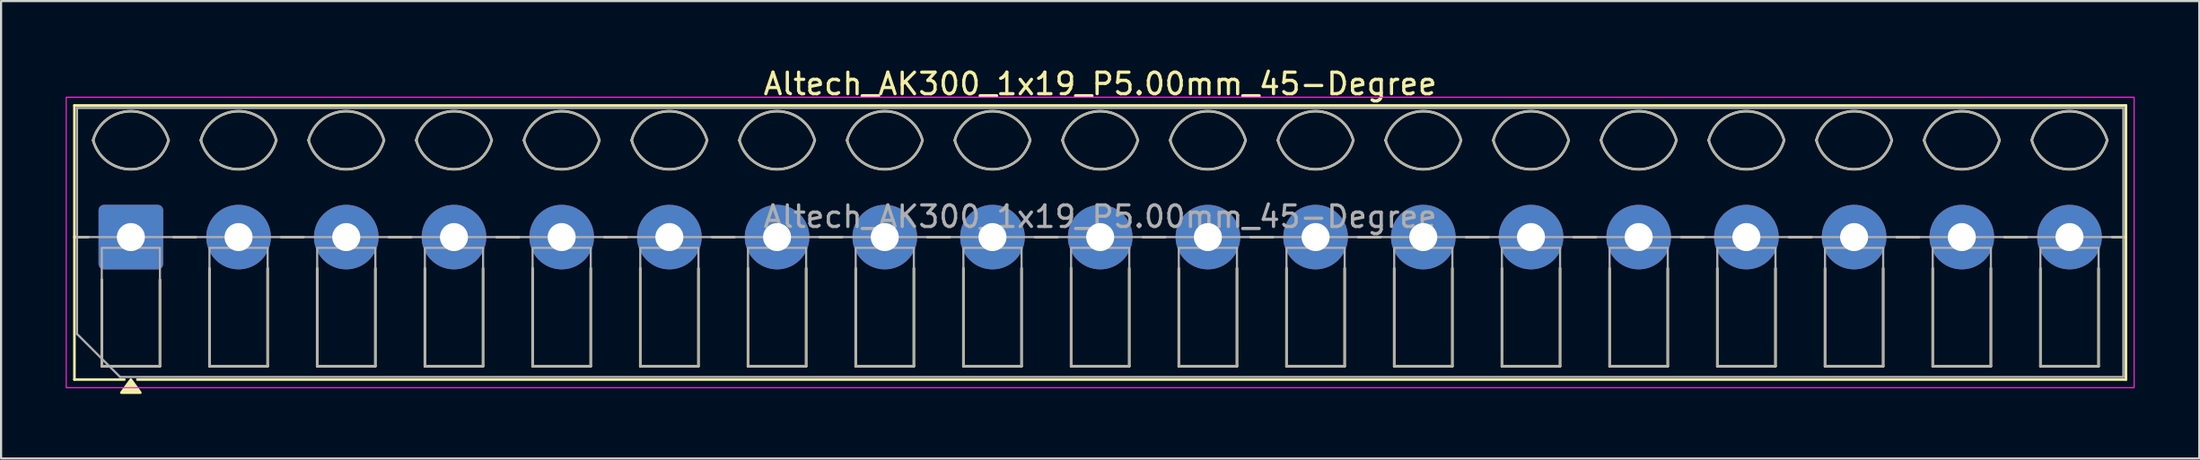
<source format=kicad_pcb>
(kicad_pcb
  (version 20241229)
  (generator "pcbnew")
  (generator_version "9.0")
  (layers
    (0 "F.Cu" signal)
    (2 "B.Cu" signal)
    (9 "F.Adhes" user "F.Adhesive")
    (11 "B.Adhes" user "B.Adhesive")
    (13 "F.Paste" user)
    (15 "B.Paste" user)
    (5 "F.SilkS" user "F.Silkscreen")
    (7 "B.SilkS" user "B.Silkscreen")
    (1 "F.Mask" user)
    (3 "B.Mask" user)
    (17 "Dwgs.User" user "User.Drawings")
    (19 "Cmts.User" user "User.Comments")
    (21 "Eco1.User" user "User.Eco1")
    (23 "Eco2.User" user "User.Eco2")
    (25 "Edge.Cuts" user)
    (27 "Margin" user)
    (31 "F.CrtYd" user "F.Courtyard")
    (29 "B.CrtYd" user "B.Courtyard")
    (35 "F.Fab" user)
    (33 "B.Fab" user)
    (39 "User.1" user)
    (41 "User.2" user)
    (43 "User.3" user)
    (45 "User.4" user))
  (footprint "Altech_AK300_1x19_P5.00mm_45-Degree"
    (layer "F.Cu")
    (at 3.025 7.968)
    (property "Reference" "Altech_AK300_1x19_P5.00mm_45-Degree" (at 45 -7.12 0) (layer "F.SilkS") (effects (font (size 1 1) (thickness 0.15))))
    (attr through_hole)
    (fp_line (start -2.62 -6.12) (end 92.62 -6.12) (stroke (width 0.12) (type solid)) (layer "F.SilkS"))
    (fp_line (start -2.62 0) (end -1.98 0) (stroke (width 0.12) (type solid)) (layer "F.SilkS"))
    (fp_line (start -2.62 6.62) (end -2.62 -6.12) (stroke (width 0.12) (type solid)) (layer "F.SilkS"))
    (fp_line (start -1.35 6) (end -1.35 1.98) (stroke (width 0.12) (type solid)) (layer "F.SilkS"))
    (fp_line (start -0.3 6.62) (end -2.62 6.62) (stroke (width 0.12) (type solid)) (layer "F.SilkS"))
    (fp_line (start 1.35 1.98) (end 1.35 6) (stroke (width 0.12) (type solid)) (layer "F.SilkS"))
    (fp_line (start 1.35 6) (end -1.35 6) (stroke (width 0.12) (type solid)) (layer "F.SilkS"))
    (fp_line (start 1.98 0) (end 3.02 0) (stroke (width 0.12) (type solid)) (layer "F.SilkS"))
    (fp_line (start 3.65 6) (end 3.65 1.448) (stroke (width 0.12) (type solid)) (layer "F.SilkS"))
    (fp_line (start 6.35 1.448) (end 6.35 6) (stroke (width 0.12) (type solid)) (layer "F.SilkS"))
    (fp_line (start 6.35 6) (end 3.65 6) (stroke (width 0.12) (type solid)) (layer "F.SilkS"))
    (fp_line (start 6.98 0) (end 8.02 0) (stroke (width 0.12) (type solid)) (layer "F.SilkS"))
    (fp_line (start 8.65 6) (end 8.65 1.448) (stroke (width 0.12) (type solid)) (layer "F.SilkS"))
    (fp_line (start 11.35 1.448) (end 11.35 6) (stroke (width 0.12) (type solid)) (layer "F.SilkS"))
    (fp_line (start 11.35 6) (end 8.65 6) (stroke (width 0.12) (type solid)) (layer "F.SilkS"))
    (fp_line (start 11.98 0) (end 13.02 0) (stroke (width 0.12) (type solid)) (layer "F.SilkS"))
    (fp_line (start 13.65 6) (end 13.65 1.448) (stroke (width 0.12) (type solid)) (layer "F.SilkS"))
    (fp_line (start 16.35 1.448) (end 16.35 6) (stroke (width 0.12) (type solid)) (layer "F.SilkS"))
    (fp_line (start 16.35 6) (end 13.65 6) (stroke (width 0.12) (type solid)) (layer "F.SilkS"))
    (fp_line (start 16.98 0) (end 18.02 0) (stroke (width 0.12) (type solid)) (layer "F.SilkS"))
    (fp_line (start 18.65 6) (end 18.65 1.448) (stroke (width 0.12) (type solid)) (layer "F.SilkS"))
    (fp_line (start 21.35 1.448) (end 21.35 6) (stroke (width 0.12) (type solid)) (layer "F.SilkS"))
    (fp_line (start 21.35 6) (end 18.65 6) (stroke (width 0.12) (type solid)) (layer "F.SilkS"))
    (fp_line (start 21.98 0) (end 23.02 0) (stroke (width 0.12) (type solid)) (layer "F.SilkS"))
    (fp_line (start 23.65 6) (end 23.65 1.448) (stroke (width 0.12) (type solid)) (layer "F.SilkS"))
    (fp_line (start 26.35 1.448) (end 26.35 6) (stroke (width 0.12) (type solid)) (layer "F.SilkS"))
    (fp_line (start 26.35 6) (end 23.65 6) (stroke (width 0.12) (type solid)) (layer "F.SilkS"))
    (fp_line (start 26.98 0) (end 28.02 0) (stroke (width 0.12) (type solid)) (layer "F.SilkS"))
    (fp_line (start 28.65 6) (end 28.65 1.448) (stroke (width 0.12) (type solid)) (layer "F.SilkS"))
    (fp_line (start 31.35 1.448) (end 31.35 6) (stroke (width 0.12) (type solid)) (layer "F.SilkS"))
    (fp_line (start 31.35 6) (end 28.65 6) (stroke (width 0.12) (type solid)) (layer "F.SilkS"))
    (fp_line (start 31.98 0) (end 33.02 0) (stroke (width 0.12) (type solid)) (layer "F.SilkS"))
    (fp_line (start 33.65 6) (end 33.65 1.448) (stroke (width 0.12) (type solid)) (layer "F.SilkS"))
    (fp_line (start 36.35 1.448) (end 36.35 6) (stroke (width 0.12) (type solid)) (layer "F.SilkS"))
    (fp_line (start 36.35 6) (end 33.65 6) (stroke (width 0.12) (type solid)) (layer "F.SilkS"))
    (fp_line (start 36.98 0) (end 38.02 0) (stroke (width 0.12) (type solid)) (layer "F.SilkS"))
    (fp_line (start 38.65 6) (end 38.65 1.448) (stroke (width 0.12) (type solid)) (layer "F.SilkS"))
    (fp_line (start 41.35 1.448) (end 41.35 6) (stroke (width 0.12) (type solid)) (layer "F.SilkS"))
    (fp_line (start 41.35 6) (end 38.65 6) (stroke (width 0.12) (type solid)) (layer "F.SilkS"))
    (fp_line (start 41.98 0) (end 43.02 0) (stroke (width 0.12) (type solid)) (layer "F.SilkS"))
    (fp_line (start 43.65 6) (end 43.65 1.448) (stroke (width 0.12) (type solid)) (layer "F.SilkS"))
    (fp_line (start 46.35 1.448) (end 46.35 6) (stroke (width 0.12) (type solid)) (layer "F.SilkS"))
    (fp_line (start 46.35 6) (end 43.65 6) (stroke (width 0.12) (type solid)) (layer "F.SilkS"))
    (fp_line (start 46.98 0) (end 48.02 0) (stroke (width 0.12) (type solid)) (layer "F.SilkS"))
    (fp_line (start 48.65 6) (end 48.65 1.448) (stroke (width 0.12) (type solid)) (layer "F.SilkS"))
    (fp_line (start 51.35 1.448) (end 51.35 6) (stroke (width 0.12) (type solid)) (layer "F.SilkS"))
    (fp_line (start 51.35 6) (end 48.65 6) (stroke (width 0.12) (type solid)) (layer "F.SilkS"))
    (fp_line (start 51.98 0) (end 53.02 0) (stroke (width 0.12) (type solid)) (layer "F.SilkS"))
    (fp_line (start 53.65 6) (end 53.65 1.448) (stroke (width 0.12) (type solid)) (layer "F.SilkS"))
    (fp_line (start 56.35 1.448) (end 56.35 6) (stroke (width 0.12) (type solid)) (layer "F.SilkS"))
    (fp_line (start 56.35 6) (end 53.65 6) (stroke (width 0.12) (type solid)) (layer "F.SilkS"))
    (fp_line (start 56.98 0) (end 58.02 0) (stroke (width 0.12) (type solid)) (layer "F.SilkS"))
    (fp_line (start 58.65 6) (end 58.65 1.448) (stroke (width 0.12) (type solid)) (layer "F.SilkS"))
    (fp_line (start 61.35 1.448) (end 61.35 6) (stroke (width 0.12) (type solid)) (layer "F.SilkS"))
    (fp_line (start 61.35 6) (end 58.65 6) (stroke (width 0.12) (type solid)) (layer "F.SilkS"))
    (fp_line (start 61.98 0) (end 63.02 0) (stroke (width 0.12) (type solid)) (layer "F.SilkS"))
    (fp_line (start 63.65 6) (end 63.65 1.448) (stroke (width 0.12) (type solid)) (layer "F.SilkS"))
    (fp_line (start 66.35 1.448) (end 66.35 6) (stroke (width 0.12) (type solid)) (layer "F.SilkS"))
    (fp_line (start 66.35 6) (end 63.65 6) (stroke (width 0.12) (type solid)) (layer "F.SilkS"))
    (fp_line (start 66.98 0) (end 68.02 0) (stroke (width 0.12) (type solid)) (layer "F.SilkS"))
    (fp_line (start 68.65 6) (end 68.65 1.448) (stroke (width 0.12) (type solid)) (layer "F.SilkS"))
    (fp_line (start 71.35 1.448) (end 71.35 6) (stroke (width 0.12) (type solid)) (layer "F.SilkS"))
    (fp_line (start 71.35 6) (end 68.65 6) (stroke (width 0.12) (type solid)) (layer "F.SilkS"))
    (fp_line (start 71.98 0) (end 73.02 0) (stroke (width 0.12) (type solid)) (layer "F.SilkS"))
    (fp_line (start 73.65 6) (end 73.65 1.448) (stroke (width 0.12) (type solid)) (layer "F.SilkS"))
    (fp_line (start 76.35 1.448) (end 76.35 6) (stroke (width 0.12) (type solid)) (layer "F.SilkS"))
    (fp_line (start 76.35 6) (end 73.65 6) (stroke (width 0.12) (type solid)) (layer "F.SilkS"))
    (fp_line (start 76.98 0) (end 78.02 0) (stroke (width 0.12) (type solid)) (layer "F.SilkS"))
    (fp_line (start 78.65 6) (end 78.65 1.448) (stroke (width 0.12) (type solid)) (layer "F.SilkS"))
    (fp_line (start 81.35 1.448) (end 81.35 6) (stroke (width 0.12) (type solid)) (layer "F.SilkS"))
    (fp_line (start 81.35 6) (end 78.65 6) (stroke (width 0.12) (type solid)) (layer "F.SilkS"))
    (fp_line (start 81.98 0) (end 83.02 0) (stroke (width 0.12) (type solid)) (layer "F.SilkS"))
    (fp_line (start 83.65 6) (end 83.65 1.448) (stroke (width 0.12) (type solid)) (layer "F.SilkS"))
    (fp_line (start 86.35 1.448) (end 86.35 6) (stroke (width 0.12) (type solid)) (layer "F.SilkS"))
    (fp_line (start 86.35 6) (end 83.65 6) (stroke (width 0.12) (type solid)) (layer "F.SilkS"))
    (fp_line (start 86.98 0) (end 88.02 0) (stroke (width 0.12) (type solid)) (layer "F.SilkS"))
    (fp_line (start 88.65 6) (end 88.65 1.448) (stroke (width 0.12) (type solid)) (layer "F.SilkS"))
    (fp_line (start 91.35 1.448) (end 91.35 6) (stroke (width 0.12) (type solid)) (layer "F.SilkS"))
    (fp_line (start 91.35 6) (end 88.65 6) (stroke (width 0.12) (type solid)) (layer "F.SilkS"))
    (fp_line (start 91.98 0) (end 92.62 0) (stroke (width 0.12) (type solid)) (layer "F.SilkS"))
    (fp_line (start 92.62 -6.12) (end 92.62 6.62) (stroke (width 0.12) (type solid)) (layer "F.SilkS"))
    (fp_line (start 92.62 6.62) (end 0.3 6.62) (stroke (width 0.12) (type solid)) (layer "F.SilkS"))
    (fp_arc (start -1.75 -4.5) (mid 0 -5.85) (end 1.75 -4.5) (stroke (width 0.12) (type solid)) (layer "F.SilkS"))
    (fp_arc (start 1.75 -4.5) (mid 0 -3.15) (end -1.75 -4.5) (stroke (width 0.12) (type solid)) (layer "F.SilkS"))
    (fp_arc (start 3.25 -4.5) (mid 5 -5.85) (end 6.75 -4.5) (stroke (width 0.12) (type solid)) (layer "F.SilkS"))
    (fp_arc (start 6.75 -4.5) (mid 5 -3.15) (end 3.25 -4.5) (stroke (width 0.12) (type solid)) (layer "F.SilkS"))
    (fp_arc (start 8.25 -4.5) (mid 10 -5.85) (end 11.75 -4.5) (stroke (width 0.12) (type solid)) (layer "F.SilkS"))
    (fp_arc (start 11.75 -4.5) (mid 10 -3.15) (end 8.25 -4.5) (stroke (width 0.12) (type solid)) (layer "F.SilkS"))
    (fp_arc (start 13.25 -4.5) (mid 15 -5.85) (end 16.75 -4.5) (stroke (width 0.12) (type solid)) (layer "F.SilkS"))
    (fp_arc (start 16.75 -4.5) (mid 15 -3.15) (end 13.25 -4.5) (stroke (width 0.12) (type solid)) (layer "F.SilkS"))
    (fp_arc (start 18.25 -4.5) (mid 20 -5.85) (end 21.75 -4.5) (stroke (width 0.12) (type solid)) (layer "F.SilkS"))
    (fp_arc (start 21.75 -4.5) (mid 20 -3.15) (end 18.25 -4.5) (stroke (width 0.12) (type solid)) (layer "F.SilkS"))
    (fp_arc (start 23.25 -4.5) (mid 25 -5.85) (end 26.75 -4.5) (stroke (width 0.12) (type solid)) (layer "F.SilkS"))
    (fp_arc (start 26.75 -4.5) (mid 25 -3.15) (end 23.25 -4.5) (stroke (width 0.12) (type solid)) (layer "F.SilkS"))
    (fp_arc (start 28.25 -4.5) (mid 30 -5.85) (end 31.75 -4.5) (stroke (width 0.12) (type solid)) (layer "F.SilkS"))
    (fp_arc (start 31.75 -4.5) (mid 30 -3.15) (end 28.25 -4.5) (stroke (width 0.12) (type solid)) (layer "F.SilkS"))
    (fp_arc (start 33.25 -4.5) (mid 35 -5.85) (end 36.75 -4.5) (stroke (width 0.12) (type solid)) (layer "F.SilkS"))
    (fp_arc (start 36.75 -4.5) (mid 35 -3.15) (end 33.25 -4.5) (stroke (width 0.12) (type solid)) (layer "F.SilkS"))
    (fp_arc (start 38.25 -4.5) (mid 40 -5.85) (end 41.75 -4.5) (stroke (width 0.12) (type solid)) (layer "F.SilkS"))
    (fp_arc (start 41.75 -4.5) (mid 40 -3.15) (end 38.25 -4.5) (stroke (width 0.12) (type solid)) (layer "F.SilkS"))
    (fp_arc (start 43.25 -4.5) (mid 45 -5.85) (end 46.75 -4.5) (stroke (width 0.12) (type solid)) (layer "F.SilkS"))
    (fp_arc (start 46.75 -4.5) (mid 45 -3.15) (end 43.25 -4.5) (stroke (width 0.12) (type solid)) (layer "F.SilkS"))
    (fp_arc (start 48.25 -4.5) (mid 50 -5.85) (end 51.75 -4.5) (stroke (width 0.12) (type solid)) (layer "F.SilkS"))
    (fp_arc (start 51.75 -4.5) (mid 50 -3.15) (end 48.25 -4.5) (stroke (width 0.12) (type solid)) (layer "F.SilkS"))
    (fp_arc (start 53.25 -4.5) (mid 55 -5.85) (end 56.75 -4.5) (stroke (width 0.12) (type solid)) (layer "F.SilkS"))
    (fp_arc (start 56.75 -4.5) (mid 55 -3.15) (end 53.25 -4.5) (stroke (width 0.12) (type solid)) (layer "F.SilkS"))
    (fp_arc (start 58.25 -4.5) (mid 60 -5.85) (end 61.75 -4.5) (stroke (width 0.12) (type solid)) (layer "F.SilkS"))
    (fp_arc (start 61.75 -4.5) (mid 60 -3.15) (end 58.25 -4.5) (stroke (width 0.12) (type solid)) (layer "F.SilkS"))
    (fp_arc (start 63.25 -4.5) (mid 65 -5.85) (end 66.75 -4.5) (stroke (width 0.12) (type solid)) (layer "F.SilkS"))
    (fp_arc (start 66.75 -4.5) (mid 65 -3.15) (end 63.25 -4.5) (stroke (width 0.12) (type solid)) (layer "F.SilkS"))
    (fp_arc (start 68.25 -4.5) (mid 70 -5.85) (end 71.75 -4.5) (stroke (width 0.12) (type solid)) (layer "F.SilkS"))
    (fp_arc (start 71.75 -4.5) (mid 70 -3.15) (end 68.25 -4.5) (stroke (width 0.12) (type solid)) (layer "F.SilkS"))
    (fp_arc (start 73.25 -4.5) (mid 75 -5.85) (end 76.75 -4.5) (stroke (width 0.12) (type solid)) (layer "F.SilkS"))
    (fp_arc (start 76.75 -4.5) (mid 75 -3.15) (end 73.25 -4.5) (stroke (width 0.12) (type solid)) (layer "F.SilkS"))
    (fp_arc (start 78.25 -4.5) (mid 80 -5.85) (end 81.75 -4.5) (stroke (width 0.12) (type solid)) (layer "F.SilkS"))
    (fp_arc (start 81.75 -4.5) (mid 80 -3.15) (end 78.25 -4.5) (stroke (width 0.12) (type solid)) (layer "F.SilkS"))
    (fp_arc (start 83.25 -4.5) (mid 85 -5.85) (end 86.75 -4.5) (stroke (width 0.12) (type solid)) (layer "F.SilkS"))
    (fp_arc (start 86.75 -4.5) (mid 85 -3.15) (end 83.25 -4.5) (stroke (width 0.12) (type solid)) (layer "F.SilkS"))
    (fp_arc (start 88.25 -4.5) (mid 90 -5.85) (end 91.75 -4.5) (stroke (width 0.12) (type solid)) (layer "F.SilkS"))
    (fp_arc (start 91.75 -4.5) (mid 90 -3.15) (end 88.25 -4.5) (stroke (width 0.12) (type solid)) (layer "F.SilkS"))
    (fp_poly (pts (xy 0 6.62) (xy 0.44 7.23) (xy -0.44 7.23)) (stroke (width 0.12) (type solid)) (fill yes) (layer "F.SilkS"))
    (fp_rect (start -3 -6.5) (end 93 7) (stroke (width 0.05) (type solid)) (fill no) (layer "F.CrtYd"))
    (fp_line (start -2.5 -6) (end 92.5 -6) (stroke (width 0.1) (type solid)) (layer "F.Fab"))
    (fp_line (start -2.5 0) (end 92.5 0) (stroke (width 0.1) (type solid)) (layer "F.Fab"))
    (fp_line (start -2.5 4.5) (end -2.5 -6) (stroke (width 0.1) (type solid)) (layer "F.Fab"))
    (fp_line (start -0.5 6.5) (end -2.5 4.5) (stroke (width 0.1) (type solid)) (layer "F.Fab"))
    (fp_line (start 92.5 -6) (end 92.5 6.5) (stroke (width 0.1) (type solid)) (layer "F.Fab"))
    (fp_line (start 92.5 6.5) (end -0.5 6.5) (stroke (width 0.1) (type solid)) (layer "F.Fab"))
    (fp_rect (start -1.35 0.5) (end 1.35 6) (stroke (width 0.1) (type solid)) (fill no) (layer "F.Fab"))
    (fp_rect (start 3.65 0.5) (end 6.35 6) (stroke (width 0.1) (type solid)) (fill no) (layer "F.Fab"))
    (fp_rect (start 8.65 0.5) (end 11.351 6) (stroke (width 0.1) (type solid)) (fill no) (layer "F.Fab"))
    (fp_rect (start 13.65 0.5) (end 16.351 6) (stroke (width 0.1) (type solid)) (fill no) (layer "F.Fab"))
    (fp_rect (start 18.65 0.5) (end 21.35 6) (stroke (width 0.1) (type solid)) (fill no) (layer "F.Fab"))
    (fp_rect (start 23.65 0.5) (end 26.35 6) (stroke (width 0.1) (type solid)) (fill no) (layer "F.Fab"))
    (fp_rect (start 28.65 0.5) (end 31.35 6) (stroke (width 0.1) (type solid)) (fill no) (layer "F.Fab"))
    (fp_rect (start 33.65 0.5) (end 36.35 6) (stroke (width 0.1) (type solid)) (fill no) (layer "F.Fab"))
    (fp_rect (start 38.65 0.5) (end 41.35 6) (stroke (width 0.1) (type solid)) (fill no) (layer "F.Fab"))
    (fp_rect (start 43.65 0.5) (end 46.35 6) (stroke (width 0.1) (type solid)) (fill no) (layer "F.Fab"))
    (fp_rect (start 48.65 0.5) (end 51.35 6) (stroke (width 0.1) (type solid)) (fill no) (layer "F.Fab"))
    (fp_rect (start 53.65 0.5) (end 56.35 6) (stroke (width 0.1) (type solid)) (fill no) (layer "F.Fab"))
    (fp_rect (start 58.65 0.5) (end 61.35 6) (stroke (width 0.1) (type solid)) (fill no) (layer "F.Fab"))
    (fp_rect (start 63.65 0.5) (end 66.35 6) (stroke (width 0.1) (type solid)) (fill no) (layer "F.Fab"))
    (fp_rect (start 68.65 0.5) (end 71.35 6) (stroke (width 0.1) (type solid)) (fill no) (layer "F.Fab"))
    (fp_rect (start 73.65 0.5) (end 76.35 6) (stroke (width 0.1) (type solid)) (fill no) (layer "F.Fab"))
    (fp_rect (start 78.65 0.5) (end 81.35 6) (stroke (width 0.1) (type solid)) (fill no) (layer "F.Fab"))
    (fp_rect (start 83.65 0.5) (end 86.35 6) (stroke (width 0.1) (type solid)) (fill no) (layer "F.Fab"))
    (fp_rect (start 88.65 0.5) (end 91.35 6) (stroke (width 0.1) (type solid)) (fill no) (layer "F.Fab"))
    (fp_arc (start -1.75 -4.5) (mid 0 -5.85) (end 1.75 -4.5) (stroke (width 0.1) (type solid)) (layer "F.Fab"))
    (fp_arc (start 1.75 -4.5) (mid 0 -3.15) (end -1.75 -4.5) (stroke (width 0.1) (type solid)) (layer "F.Fab"))
    (fp_arc (start 3.25 -4.5) (mid 5 -5.85) (end 6.75 -4.5) (stroke (width 0.1) (type solid)) (layer "F.Fab"))
    (fp_arc (start 6.75 -4.5) (mid 5 -3.15) (end 3.25 -4.5) (stroke (width 0.1) (type solid)) (layer "F.Fab"))
    (fp_arc (start 8.25 -4.5) (mid 10 -5.85) (end 11.75 -4.5) (stroke (width 0.1) (type solid)) (layer "F.Fab"))
    (fp_arc (start 11.75 -4.5) (mid 10 -3.15) (end 8.25 -4.5) (stroke (width 0.1) (type solid)) (layer "F.Fab"))
    (fp_arc (start 13.25 -4.5) (mid 15 -5.85) (end 16.75 -4.5) (stroke (width 0.1) (type solid)) (layer "F.Fab"))
    (fp_arc (start 16.75 -4.5) (mid 15 -3.15) (end 13.25 -4.5) (stroke (width 0.1) (type solid)) (layer "F.Fab"))
    (fp_arc (start 18.25 -4.5) (mid 20 -5.85) (end 21.75 -4.5) (stroke (width 0.1) (type solid)) (layer "F.Fab"))
    (fp_arc (start 21.75 -4.5) (mid 20 -3.15) (end 18.25 -4.5) (stroke (width 0.1) (type solid)) (layer "F.Fab"))
    (fp_arc (start 23.25 -4.5) (mid 25 -5.85) (end 26.75 -4.5) (stroke (width 0.1) (type solid)) (layer "F.Fab"))
    (fp_arc (start 26.75 -4.5) (mid 25 -3.15) (end 23.25 -4.5) (stroke (width 0.1) (type solid)) (layer "F.Fab"))
    (fp_arc (start 28.25 -4.5) (mid 30 -5.85) (end 31.75 -4.5) (stroke (width 0.1) (type solid)) (layer "F.Fab"))
    (fp_arc (start 31.75 -4.5) (mid 30 -3.15) (end 28.25 -4.5) (stroke (width 0.1) (type solid)) (layer "F.Fab"))
    (fp_arc (start 33.25 -4.5) (mid 35 -5.85) (end 36.75 -4.5) (stroke (width 0.1) (type solid)) (layer "F.Fab"))
    (fp_arc (start 36.75 -4.5) (mid 35 -3.15) (end 33.25 -4.5) (stroke (width 0.1) (type solid)) (layer "F.Fab"))
    (fp_arc (start 38.25 -4.5) (mid 40 -5.85) (end 41.75 -4.5) (stroke (width 0.1) (type solid)) (layer "F.Fab"))
    (fp_arc (start 41.75 -4.5) (mid 40 -3.15) (end 38.25 -4.5) (stroke (width 0.1) (type solid)) (layer "F.Fab"))
    (fp_arc (start 43.25 -4.5) (mid 45 -5.85) (end 46.75 -4.5) (stroke (width 0.1) (type solid)) (layer "F.Fab"))
    (fp_arc (start 46.75 -4.5) (mid 45 -3.15) (end 43.25 -4.5) (stroke (width 0.1) (type solid)) (layer "F.Fab"))
    (fp_arc (start 48.25 -4.5) (mid 50 -5.85) (end 51.75 -4.5) (stroke (width 0.1) (type solid)) (layer "F.Fab"))
    (fp_arc (start 51.75 -4.5) (mid 50 -3.15) (end 48.25 -4.5) (stroke (width 0.1) (type solid)) (layer "F.Fab"))
    (fp_arc (start 53.25 -4.5) (mid 55 -5.85) (end 56.75 -4.5) (stroke (width 0.1) (type solid)) (layer "F.Fab"))
    (fp_arc (start 56.75 -4.5) (mid 55 -3.15) (end 53.25 -4.5) (stroke (width 0.1) (type solid)) (layer "F.Fab"))
    (fp_arc (start 58.25 -4.5) (mid 60 -5.85) (end 61.75 -4.5) (stroke (width 0.1) (type solid)) (layer "F.Fab"))
    (fp_arc (start 61.75 -4.5) (mid 60 -3.15) (end 58.25 -4.5) (stroke (width 0.1) (type solid)) (layer "F.Fab"))
    (fp_arc (start 63.25 -4.5) (mid 65 -5.85) (end 66.75 -4.5) (stroke (width 0.1) (type solid)) (layer "F.Fab"))
    (fp_arc (start 66.75 -4.5) (mid 65 -3.15) (end 63.25 -4.5) (stroke (width 0.1) (type solid)) (layer "F.Fab"))
    (fp_arc (start 68.25 -4.5) (mid 70 -5.85) (end 71.75 -4.5) (stroke (width 0.1) (type solid)) (layer "F.Fab"))
    (fp_arc (start 71.75 -4.5) (mid 70 -3.15) (end 68.25 -4.5) (stroke (width 0.1) (type solid)) (layer "F.Fab"))
    (fp_arc (start 73.25 -4.5) (mid 75 -5.85) (end 76.75 -4.5) (stroke (width 0.1) (type solid)) (layer "F.Fab"))
    (fp_arc (start 76.75 -4.5) (mid 75 -3.15) (end 73.25 -4.5) (stroke (width 0.1) (type solid)) (layer "F.Fab"))
    (fp_arc (start 78.25 -4.5) (mid 80 -5.85) (end 81.75 -4.5) (stroke (width 0.1) (type solid)) (layer "F.Fab"))
    (fp_arc (start 81.75 -4.5) (mid 80 -3.15) (end 78.25 -4.5) (stroke (width 0.1) (type solid)) (layer "F.Fab"))
    (fp_arc (start 83.25 -4.5) (mid 85 -5.85) (end 86.75 -4.5) (stroke (width 0.1) (type solid)) (layer "F.Fab"))
    (fp_arc (start 86.75 -4.5) (mid 85 -3.15) (end 83.25 -4.5) (stroke (width 0.1) (type solid)) (layer "F.Fab"))
    (fp_arc (start 88.25 -4.5) (mid 90 -5.85) (end 91.75 -4.5) (stroke (width 0.1) (type solid)) (layer "F.Fab"))
    (fp_arc (start 91.75 -4.5) (mid 90 -3.15) (end 88.25 -4.5) (stroke (width 0.1) (type solid)) (layer "F.Fab"))
    (fp_text user "${REFERENCE}" (at 45 -0.95 0) (layer "F.Fab") (effects (font (size 1 1) (thickness 0.15))))
    (pad "1" thru_hole roundrect (at 0 0) (size 3 3) (drill 1.3) (layers "*.Cu" "*.Mask") (roundrect_rratio 0.083))
    (pad "2" thru_hole circle (at 5 0) (size 3 3) (drill 1.3) (layers "*.Cu" "*.Mask"))
    (pad "3" thru_hole circle (at 10 0) (size 3 3) (drill 1.3) (layers "*.Cu" "*.Mask"))
    (pad "4" thru_hole circle (at 15 0) (size 3 3) (drill 1.3) (layers "*.Cu" "*.Mask"))
    (pad "5" thru_hole circle (at 20 0) (size 3 3) (drill 1.3) (layers "*.Cu" "*.Mask"))
    (pad "6" thru_hole circle (at 25 0) (size 3 3) (drill 1.3) (layers "*.Cu" "*.Mask"))
    (pad "7" thru_hole circle (at 30 0) (size 3 3) (drill 1.3) (layers "*.Cu" "*.Mask"))
    (pad "8" thru_hole circle (at 35 0) (size 3 3) (drill 1.3) (layers "*.Cu" "*.Mask"))
    (pad "9" thru_hole circle (at 40 0) (size 3 3) (drill 1.3) (layers "*.Cu" "*.Mask"))
    (pad "10" thru_hole circle (at 45 0) (size 3 3) (drill 1.3) (layers "*.Cu" "*.Mask"))
    (pad "11" thru_hole circle (at 50 0) (size 3 3) (drill 1.3) (layers "*.Cu" "*.Mask"))
    (pad "12" thru_hole circle (at 55 0) (size 3 3) (drill 1.3) (layers "*.Cu" "*.Mask"))
    (pad "13" thru_hole circle (at 60 0) (size 3 3) (drill 1.3) (layers "*.Cu" "*.Mask"))
    (pad "14" thru_hole circle (at 65 0) (size 3 3) (drill 1.3) (layers "*.Cu" "*.Mask"))
    (pad "15" thru_hole circle (at 70 0) (size 3 3) (drill 1.3) (layers "*.Cu" "*.Mask"))
    (pad "16" thru_hole circle (at 75 0) (size 3 3) (drill 1.3) (layers "*.Cu" "*.Mask"))
    (pad "17" thru_hole circle (at 80 0) (size 3 3) (drill 1.3) (layers "*.Cu" "*.Mask"))
    (pad "18" thru_hole circle (at 85 0) (size 3 3) (drill 1.3) (layers "*.Cu" "*.Mask"))
    (pad "19" thru_hole circle (at 90 0) (size 3 3) (drill 1.3) (layers "*.Cu" "*.Mask")))
  (gr_rect
    (start -3 -3)
    (end 99.05 18.258)
    (stroke (width 0.1) (type default))
    (fill no)
    (layer "Edge.Cuts")))
</source>
